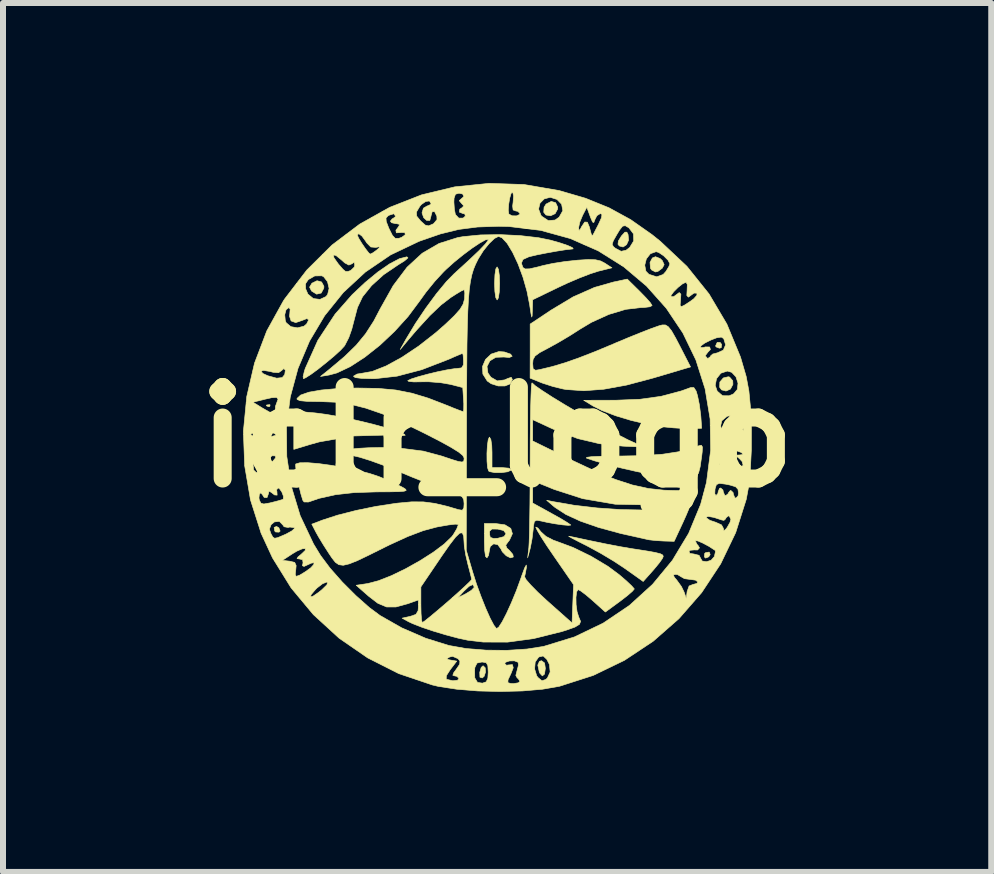
<source format=kicad_pcb>
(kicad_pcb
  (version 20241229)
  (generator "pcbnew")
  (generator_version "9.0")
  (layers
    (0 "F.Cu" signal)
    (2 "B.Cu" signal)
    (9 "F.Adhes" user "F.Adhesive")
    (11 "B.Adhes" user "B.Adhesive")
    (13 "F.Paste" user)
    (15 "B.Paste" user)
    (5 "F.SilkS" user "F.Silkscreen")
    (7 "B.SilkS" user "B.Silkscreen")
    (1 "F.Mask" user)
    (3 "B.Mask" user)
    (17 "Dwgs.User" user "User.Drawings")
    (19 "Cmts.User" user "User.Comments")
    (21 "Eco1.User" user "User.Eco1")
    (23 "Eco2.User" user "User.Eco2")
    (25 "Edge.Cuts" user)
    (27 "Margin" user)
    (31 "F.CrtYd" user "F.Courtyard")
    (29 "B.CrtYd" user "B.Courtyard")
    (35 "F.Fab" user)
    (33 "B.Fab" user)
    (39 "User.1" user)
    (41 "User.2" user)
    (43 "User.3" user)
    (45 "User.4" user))
  (footprint "iclr_logo"
    (layer "F.Cu")
    (at 5.232 4.233)
    (property "Reference" "iclr_logo" (at 0 0 0) (layer "F.SilkS") (effects (font (size 1.524 1.524) (thickness 0.3))))
    (attr through_hole)
    (fp_poly (pts (xy -3.782 -0.536) (xy -3.788 -0.511) (xy -3.81 -0.508) (xy -3.845 -0.523) (xy -3.838 -0.536) (xy -3.788 -0.541) (xy -3.782 -0.536)) (stroke (width 0.01) (type solid)) (fill yes) (layer "F.SilkS"))
    (fp_poly (pts (xy -3.636 1.511) (xy -3.615 1.565) (xy -3.634 1.583) (xy -3.691 1.58) (xy -3.705 1.564) (xy -3.715 1.504) (xy -3.674 1.488) (xy -3.636 1.511)) (stroke (width 0.01) (type solid)) (fill yes) (layer "F.SilkS"))
    (fp_poly (pts (xy 3.55 1.956) (xy 3.526 1.994) (xy 3.473 2.015) (xy 3.454 1.996) (xy 3.458 1.939) (xy 3.473 1.925) (xy 3.534 1.915) (xy 3.55 1.956)) (stroke (width 0.01) (type solid)) (fill yes) (layer "F.SilkS"))
    (fp_poly (pts (xy 3.716 -1.578) (xy 3.741 -1.545) (xy 3.734 -1.49) (xy 3.703 -1.482) (xy 3.647 -1.504) (xy 3.641 -1.522) (xy 3.667 -1.578) (xy 3.716 -1.578)) (stroke (width 0.01) (type solid)) (fill yes) (layer "F.SilkS"))
    (fp_poly (pts (xy -3.937 0.402) (xy -3.896 0.456) (xy -3.895 0.468) (xy -3.927 0.507) (xy -3.937 0.508) (xy -3.974 0.474) (xy -3.979 0.442) (xy -3.959 0.398) (xy -3.937 0.402)) (stroke (width 0.01) (type solid)) (fill yes) (layer "F.SilkS"))
    (fp_poly (pts (xy -0.198 3.843) (xy -0.193 3.915) (xy -0.216 3.985) (xy -0.247 4.012) (xy -0.286 3.999) (xy -0.289 3.919) (xy -0.265 3.837) (xy -0.233 3.809) (xy -0.198 3.843)) (stroke (width 0.01) (type solid)) (fill yes) (layer "F.SilkS"))
    (fp_poly (pts (xy 0.791 3.763) (xy 0.804 3.852) (xy 0.79 3.948) (xy 0.754 3.978) (xy 0.712 3.933) (xy 0.703 3.912) (xy 0.678 3.798) (xy 0.706 3.735) (xy 0.741 3.725) (xy 0.791 3.763)) (stroke (width 0.01) (type solid)) (fill yes) (layer "F.SilkS"))
    (fp_poly (pts (xy 0.975 -3.906) (xy 1.01 -3.831) (xy 1.008 -3.8) (xy 0.967 -3.723) (xy 0.891 -3.688) (xy 0.814 -3.701) (xy 0.777 -3.747) (xy 0.783 -3.831) (xy 0.816 -3.883) (xy 0.902 -3.927) (xy 0.975 -3.906)) (stroke (width 0.01) (type solid)) (fill yes) (layer "F.SilkS"))
    (fp_poly (pts (xy 3.873 -1.001) (xy 3.926 -0.94) (xy 3.929 -0.879) (xy 3.888 -0.801) (xy 3.814 -0.768) (xy 3.74 -0.787) (xy 3.708 -0.831) (xy 3.711 -0.918) (xy 3.769 -0.986) (xy 3.852 -1.006) (xy 3.873 -1.001)) (stroke (width 0.01) (type solid)) (fill yes) (layer "F.SilkS"))
    (fp_poly (pts (xy -2.924 -2.585) (xy -2.886 -2.514) (xy -2.887 -2.482) (xy -2.93 -2.401) (xy -3.007 -2.382) (xy -3.089 -2.433) (xy -3.091 -2.434) (xy -3.124 -2.499) (xy -3.088 -2.56) (xy -3.084 -2.565) (xy -3 -2.606) (xy -2.924 -2.585)) (stroke (width 0.01) (type solid)) (fill yes) (layer "F.SilkS"))
    (fp_poly (pts (xy 2.182 -3.376) (xy 2.191 -3.283) (xy 2.157 -3.207) (xy 2.099 -3.168) (xy 2.037 -3.185) (xy 2.014 -3.213) (xy 2.021 -3.269) (xy 2.071 -3.35) (xy 2.071 -3.351) (xy 2.13 -3.415) (xy 2.162 -3.415) (xy 2.182 -3.376)) (stroke (width 0.01) (type solid)) (fill yes) (layer "F.SilkS"))
    (fp_poly (pts (xy 2.715 -2.976) (xy 2.752 -2.942) (xy 2.783 -2.874) (xy 2.752 -2.815) (xy 2.679 -2.761) (xy 2.639 -2.752) (xy 2.573 -2.786) (xy 2.555 -2.815) (xy 2.548 -2.911) (xy 2.587 -2.985) (xy 2.639 -3.006) (xy 2.715 -2.976)) (stroke (width 0.01) (type solid)) (fill yes) (layer "F.SilkS"))
    (fp_poly (pts (xy 0.022 -2.797) (xy 0.037 -2.694) (xy 0.042 -2.561) (xy 0.036 -2.417) (xy 0.021 -2.319) (xy 0 -2.286) (xy -0.022 -2.325) (xy -0.037 -2.428) (xy -0.042 -2.561) (xy -0.036 -2.705) (xy -0.021 -2.803) (xy 0 -2.836) (xy 0.022 -2.797)) (stroke (width 0.01) (type solid)) (fill yes) (layer "F.SilkS"))
    (fp_poly (pts (xy -3.037 -0.404) (xy -2.839 -0.378) (xy -2.591 -0.333) (xy -2.321 -0.276) (xy -2.054 -0.211) (xy -1.815 -0.145) (xy -1.629 -0.083) (xy -1.603 -0.073) (xy -1.543 -0.047) (xy -1.531 -0.031) (xy -1.574 -0.025) (xy -1.683 -0.027) (xy -1.855 -0.034) (xy -2.41 -0.019) (xy -2.961 0.079) (xy -3.127 0.125) (xy -3.387 0.204) (xy -3.387 -0.434) (xy -3.037 -0.404)) (stroke (width 0.01) (type solid)) (fill yes) (layer "F.SilkS"))
    (fp_poly (pts (xy -0.104 0.039) (xy -0.089 0.139) (xy -0.085 0.254) (xy -0.085 0.508) (xy 0.087 0.508) (xy 0.194 0.517) (xy 0.235 0.541) (xy 0.233 0.55) (xy 0.177 0.577) (xy 0.075 0.591) (xy -0.038 0.591) (xy -0.123 0.575) (xy -0.141 0.564) (xy -0.159 0.508) (xy -0.168 0.401) (xy -0.169 0.27) (xy -0.162 0.142) (xy -0.148 0.043) (xy -0.129 0.000207) (xy -0.127 0) (xy -0.104 0.039)) (stroke (width 0.01) (type solid)) (fill yes) (layer "F.SilkS"))
    (fp_poly (pts (xy 3.316 -0.768) (xy 3.339 -0.691) (xy 3.37 -0.54) (xy 3.392 -0.371) (xy 3.395 -0.339) (xy 3.408 -0.148) (xy 3.239 -0.142) (xy 3.11 -0.144) (xy 2.935 -0.155) (xy 2.752 -0.173) (xy 2.752 -0.173) (xy 2.503 -0.214) (xy 2.235 -0.278) (xy 1.976 -0.356) (xy 1.75 -0.442) (xy 1.6 -0.518) (xy 1.443 -0.614) (xy 1.981 -0.615) (xy 2.382 -0.631) (xy 2.733 -0.68) (xy 3.064 -0.768) (xy 3.225 -0.826) (xy 3.278 -0.826) (xy 3.316 -0.768)) (stroke (width 0.01) (type solid)) (fill yes) (layer "F.SilkS"))
    (fp_poly (pts (xy 0.122 -1.419) (xy 0.225 -1.383) (xy 0.251 -1.347) (xy 0.204 -1.327) (xy 0.112 -1.335) (xy -0.023 -1.33) (xy -0.12 -1.271) (xy -0.168 -1.177) (xy -0.153 -1.069) (xy -0.103 -0.998) (xy 0.003 -0.937) (xy 0.127 -0.954) (xy 0.172 -0.975) (xy 0.236 -0.997) (xy 0.254 -0.961) (xy 0.254 -0.959) (xy 0.219 -0.888) (xy 0.132 -0.853) (xy 0.017 -0.853) (xy -0.099 -0.89) (xy -0.164 -0.935) (xy -0.237 -1.051) (xy -0.243 -1.177) (xy -0.193 -1.294) (xy -0.098 -1.384) (xy 0.03 -1.426) (xy 0.122 -1.419)) (stroke (width 0.01) (type solid)) (fill yes) (layer "F.SilkS"))
    (fp_poly (pts (xy 0.931 1.074) (xy 1.283 1.135) (xy 1.668 1.18) (xy 2.06 1.207) (xy 2.432 1.214) (xy 2.757 1.2) (xy 2.836 1.192) (xy 3 1.174) (xy 3.127 1.162) (xy 3.197 1.158) (xy 3.205 1.159) (xy 3.193 1.199) (xy 3.153 1.295) (xy 3.093 1.429) (xy 3.082 1.452) (xy 2.95 1.736) (xy 2.777 1.731) (xy 2.644 1.723) (xy 2.535 1.711) (xy 2.519 1.708) (xy 2.066 1.607) (xy 1.691 1.505) (xy 1.387 1.399) (xy 1.147 1.289) (xy 0.964 1.17) (xy 0.931 1.143) (xy 0.826 1.052) (xy 0.931 1.074)) (stroke (width 0.01) (type solid)) (fill yes) (layer "F.SilkS"))
    (fp_poly (pts (xy 1.239 1.659) (xy 1.349 1.682) (xy 1.502 1.715) (xy 1.589 1.733) (xy 1.806 1.778) (xy 2.034 1.822) (xy 2.232 1.856) (xy 2.265 1.861) (xy 2.484 1.895) (xy 2.632 1.921) (xy 2.72 1.943) (xy 2.761 1.965) (xy 2.768 1.99) (xy 2.752 2.024) (xy 2.752 2.025) (xy 2.7 2.098) (xy 2.615 2.201) (xy 2.572 2.25) (xy 2.434 2.405) (xy 2.139 2.195) (xy 1.949 2.069) (xy 1.727 1.936) (xy 1.521 1.824) (xy 1.51 1.818) (xy 1.364 1.744) (xy 1.254 1.687) (xy 1.197 1.655) (xy 1.193 1.651) (xy 1.239 1.659)) (stroke (width 0.01) (type solid)) (fill yes) (layer "F.SilkS"))
    (fp_poly (pts (xy 3.421 0.164) (xy 3.417 0.248) (xy 3.408 0.322) (xy 3.383 0.494) (xy 3.356 0.599) (xy 3.314 0.653) (xy 3.241 0.672) (xy 3.123 0.673) (xy 3.098 0.673) (xy 2.929 0.663) (xy 2.723 0.641) (xy 2.54 0.615) (xy 2.329 0.574) (xy 2.088 0.519) (xy 1.845 0.458) (xy 1.631 0.397) (xy 1.491 0.351) (xy 1.491 0.337) (xy 1.571 0.326) (xy 1.725 0.319) (xy 1.948 0.315) (xy 2.062 0.315) (xy 2.443 0.308) (xy 2.756 0.285) (xy 3.021 0.244) (xy 3.253 0.183) (xy 3.358 0.145) (xy 3.403 0.135) (xy 3.421 0.164)) (stroke (width 0.01) (type solid)) (fill yes) (layer "F.SilkS"))
    (fp_poly (pts (xy -2.972 0.441) (xy -2.761 0.47) (xy -2.536 0.509) (xy -2.315 0.556) (xy -2.114 0.609) (xy -1.957 0.662) (xy -1.797 0.729) (xy -1.655 0.795) (xy -1.562 0.843) (xy -1.522 0.87) (xy -1.515 0.889) (xy -1.55 0.901) (xy -1.639 0.908) (xy -1.791 0.911) (xy -2.007 0.912) (xy -2.381 0.924) (xy -2.694 0.959) (xy -2.966 1.02) (xy -3.143 1.081) (xy -3.216 1.08) (xy -3.237 1.052) (xy -3.269 0.946) (xy -3.302 0.809) (xy -3.331 0.666) (xy -3.351 0.542) (xy -3.357 0.462) (xy -3.354 0.447) (xy -3.286 0.427) (xy -3.153 0.426) (xy -2.972 0.441)) (stroke (width 0.01) (type solid)) (fill yes) (layer "F.SilkS"))
    (fp_poly (pts (xy -1.503 -3.004) (xy -1.485 -2.987) (xy -1.541 -2.938) (xy -1.651 -2.869) (xy -1.89 -2.707) (xy -2.091 -2.525) (xy -2.242 -2.338) (xy -2.326 -2.161) (xy -2.328 -2.154) (xy -2.371 -1.991) (xy -2.414 -1.827) (xy -2.421 -1.799) (xy -2.471 -1.658) (xy -2.536 -1.531) (xy -2.546 -1.516) (xy -2.608 -1.449) (xy -2.712 -1.354) (xy -2.841 -1.246) (xy -2.975 -1.139) (xy -3.097 -1.049) (xy -3.189 -0.99) (xy -3.226 -0.974) (xy -3.232 -1.009) (xy -3.211 -1.098) (xy -3.196 -1.145) (xy -2.986 -1.613) (xy -2.699 -2.049) (xy -2.413 -2.375) (xy -2.197 -2.578) (xy -1.986 -2.752) (xy -1.792 -2.886) (xy -1.627 -2.973) (xy -1.504 -3.004) (xy -1.503 -3.004)) (stroke (width 0.01) (type solid)) (fill yes) (layer "F.SilkS"))
    (fp_poly (pts (xy 0.131 1.461) (xy 0.228 1.521) (xy 0.255 1.609) (xy 0.206 1.717) (xy 0.187 1.74) (xy 0.144 1.8) (xy 0.163 1.849) (xy 0.206 1.888) (xy 0.262 1.954) (xy 0.27 1.997) (xy 0.222 2.011) (xy 0.152 1.976) (xy 0.087 1.91) (xy 0.064 1.863) (xy 0.011 1.791) (xy -0.058 1.778) (xy -0.114 1.822) (xy -0.127 1.881) (xy -0.143 1.971) (xy -0.169 2.011) (xy -0.193 1.987) (xy -0.207 1.886) (xy -0.212 1.738) (xy -0.212 1.609) (xy -0.127 1.609) (xy -0.114 1.67) (xy -0.058 1.689) (xy 0.011 1.685) (xy 0.116 1.657) (xy 0.148 1.609) (xy 0.109 1.556) (xy 0.011 1.532) (xy -0.085 1.531) (xy -0.122 1.564) (xy -0.127 1.609) (xy -0.212 1.609) (xy -0.212 1.439) (xy -0.03 1.439) (xy 0.131 1.461)) (stroke (width 0.01) (type solid)) (fill yes) (layer "F.SilkS"))
    (fp_poly (pts (xy 2.376 -2.429) (xy 2.479 -2.323) (xy 2.554 -2.238) (xy 2.582 -2.193) (xy 2.582 -2.192) (xy 2.545 -2.172) (xy 2.449 -2.16) (xy 2.396 -2.159) (xy 2.143 -2.129) (xy 1.86 -2.044) (xy 1.574 -1.914) (xy 1.385 -1.801) (xy 1.206 -1.687) (xy 1.012 -1.572) (xy 0.846 -1.481) (xy 0.709 -1.408) (xy 0.632 -1.351) (xy 0.599 -1.293) (xy 0.593 -1.226) (xy 0.6 -1.139) (xy 0.64 -1.114) (xy 0.709 -1.125) (xy 0.92 -1.176) (xy 1.131 -1.239) (xy 1.362 -1.32) (xy 1.632 -1.425) (xy 1.958 -1.561) (xy 1.968 -1.566) (xy 2.198 -1.662) (xy 2.406 -1.746) (xy 2.579 -1.813) (xy 2.701 -1.856) (xy 2.751 -1.869) (xy 2.804 -1.869) (xy 2.852 -1.84) (xy 2.906 -1.772) (xy 2.976 -1.649) (xy 3.04 -1.527) (xy 3.223 -1.17) (xy 2.596 -0.984) (xy 2.156 -0.867) (xy 1.776 -0.798) (xy 1.446 -0.773) (xy 1.156 -0.793) (xy 1.101 -0.802) (xy 0.932 -0.843) (xy 0.759 -0.899) (xy 0.73 -0.91) (xy 0.55 -0.983) (xy 0.551 -1.433) (xy 0.551 -1.884) (xy 0.893 -2.112) (xy 1.269 -2.338) (xy 1.624 -2.495) (xy 1.942 -2.585) (xy 2.169 -2.633) (xy 2.376 -2.429)) (stroke (width 0.01) (type solid)) (fill yes) (layer "F.SilkS"))
    (fp_poly (pts (xy 0.637 -0.855) (xy 0.754 -0.774) (xy 0.918 -0.668) (xy 1.118 -0.546) (xy 1.34 -0.415) (xy 1.571 -0.282) (xy 1.797 -0.156) (xy 2.006 -0.044) (xy 2.185 0.047) (xy 2.319 0.108) (xy 2.328 0.112) (xy 2.392 0.139) (xy 2.409 0.155) (xy 2.369 0.161) (xy 2.263 0.158) (xy 2.095 0.15) (xy 1.703 0.109) (xy 1.344 0.024) (xy 0.978 -0.114) (xy 0.9 -0.149) (xy 0.593 -0.291) (xy 0.593 -0.114) (xy 0.593 0.064) (xy 1.26 0.391) (xy 1.639 0.569) (xy 1.965 0.703) (xy 2.253 0.797) (xy 2.521 0.856) (xy 2.782 0.884) (xy 2.948 0.889) (xy 3.121 0.891) (xy 3.225 0.9) (xy 3.272 0.918) (xy 3.277 0.947) (xy 3.275 0.952) (xy 3.21 1.014) (xy 3.065 1.065) (xy 2.839 1.102) (xy 2.532 1.128) (xy 2.519 1.129) (xy 1.969 1.118) (xy 1.427 1.025) (xy 0.951 0.871) (xy 0.593 0.726) (xy 0.593 1.098) (xy 0.91 1.273) (xy 1.054 1.353) (xy 1.163 1.419) (xy 1.222 1.459) (xy 1.228 1.465) (xy 1.19 1.47) (xy 1.095 1.462) (xy 0.966 1.444) (xy 0.829 1.419) (xy 0.741 1.399) (xy 0.66 1.384) (xy 0.621 1.405) (xy 0.606 1.483) (xy 0.601 1.541) (xy 0.582 1.697) (xy 0.553 1.848) (xy 0.549 1.863) (xy 0.509 2.011) (xy 0.529 1.841) (xy 0.534 1.757) (xy 0.539 1.601) (xy 0.543 1.383) (xy 0.547 1.117) (xy 0.549 0.814) (xy 0.55 0.487) (xy 0.551 0.36) (xy 0.552 0.039) (xy 0.555 -0.25) (xy 0.559 -0.499) (xy 0.565 -0.696) (xy 0.571 -0.833) (xy 0.579 -0.9) (xy 0.583 -0.904) (xy 0.637 -0.855)) (stroke (width 0.01) (type solid)) (fill yes) (layer "F.SilkS"))
    (fp_poly (pts (xy 0.382 -3.358) (xy 0.688 -3.323) (xy 0.889 -3.282) (xy 1.053 -3.235) (xy 1.179 -3.192) (xy 1.255 -3.157) (xy 1.268 -3.137) (xy 1.249 -3.134) (xy 1.147 -3.123) (xy 0.994 -3.099) (xy 0.822 -3.068) (xy 0.66 -3.036) (xy 0.542 -3.008) (xy 0.523 -3.002) (xy 0.431 -2.96) (xy 0.407 -2.903) (xy 0.412 -2.877) (xy 0.431 -2.825) (xy 0.469 -2.802) (xy 0.541 -2.804) (xy 0.668 -2.833) (xy 0.762 -2.858) (xy 0.923 -2.893) (xy 1.126 -2.925) (xy 1.329 -2.947) (xy 1.337 -2.948) (xy 1.519 -2.959) (xy 1.64 -2.955) (xy 1.726 -2.935) (xy 1.796 -2.898) (xy 1.913 -2.821) (xy 1.687 -2.765) (xy 1.553 -2.722) (xy 1.371 -2.652) (xy 1.168 -2.565) (xy 1.027 -2.499) (xy 0.593 -2.289) (xy 0.587 -2.108) (xy 0.584 -2.021) (xy 0.577 -2.001) (xy 0.565 -2.055) (xy 0.545 -2.186) (xy 0.544 -2.197) (xy 0.498 -2.43) (xy 0.431 -2.665) (xy 0.349 -2.886) (xy 0.259 -3.078) (xy 0.168 -3.228) (xy 0.082 -3.321) (xy 0.023 -3.344) (xy -0.043 -3.311) (xy -0.133 -3.225) (xy -0.229 -3.106) (xy -0.311 -2.975) (xy -0.319 -2.96) (xy -0.359 -2.879) (xy -0.393 -2.796) (xy -0.421 -2.704) (xy -0.444 -2.595) (xy -0.463 -2.463) (xy -0.477 -2.298) (xy -0.488 -2.095) (xy -0.496 -1.844) (xy -0.502 -1.539) (xy -0.505 -1.171) (xy -0.508 -0.734) (xy -0.509 -0.242) (xy -0.514 1.884) (xy -0.408 2.244) (xy -0.344 2.446) (xy -0.268 2.654) (xy -0.19 2.85) (xy -0.116 3.016) (xy -0.053 3.135) (xy -0.01 3.19) (xy 0.026 3.167) (xy 0.084 3.078) (xy 0.157 2.937) (xy 0.238 2.759) (xy 0.321 2.558) (xy 0.398 2.347) (xy 0.411 2.309) (xy 0.459 2.179) (xy 0.486 2.131) (xy 0.49 2.164) (xy 0.469 2.277) (xy 0.458 2.326) (xy 0.483 2.374) (xy 0.561 2.464) (xy 0.679 2.584) (xy 0.828 2.722) (xy 0.847 2.739) (xy 1.249 3.096) (xy 1.274 2.457) (xy 0.95 1.988) (xy 0.832 1.815) (xy 0.737 1.668) (xy 0.672 1.559) (xy 0.645 1.504) (xy 0.646 1.499) (xy 0.68 1.515) (xy 0.731 1.578) (xy 0.813 1.653) (xy 0.939 1.718) (xy 0.98 1.732) (xy 1.265 1.838) (xy 1.565 1.984) (xy 1.846 2.152) (xy 2.032 2.29) (xy 2.152 2.393) (xy 2.241 2.477) (xy 2.284 2.526) (xy 2.285 2.531) (xy 2.253 2.569) (xy 2.17 2.641) (xy 2.052 2.732) (xy 2.044 2.738) (xy 1.804 2.914) (xy 1.596 2.727) (xy 1.484 2.631) (xy 1.395 2.564) (xy 1.35 2.54) (xy 1.325 2.577) (xy 1.314 2.669) (xy 1.316 2.789) (xy 1.332 2.907) (xy 1.36 2.997) (xy 1.365 3.008) (xy 1.391 3.07) (xy 1.372 3.119) (xy 1.296 3.165) (xy 1.153 3.216) (xy 1.079 3.239) (xy 0.606 3.357) (xy 0.175 3.415) (xy -0.232 3.414) (xy -0.491 3.383) (xy -0.653 3.348) (xy -0.851 3.295) (xy -1.061 3.232) (xy -1.257 3.166) (xy -1.412 3.105) (xy -1.479 3.073) (xy -1.582 3.016) (xy -1.447 2.986) (xy -1.352 2.953) (xy -1.316 2.891) (xy -1.312 2.835) (xy -1.312 2.713) (xy -1.487 2.775) (xy -1.684 2.829) (xy -1.842 2.829) (xy -1.987 2.768) (xy -2.138 2.652) (xy -2.317 2.495) (xy -1.27 2.495) (xy -1.27 2.793) (xy -1.267 2.939) (xy -1.259 3.045) (xy -1.247 3.09) (xy -1.246 3.09) (xy -1.207 3.064) (xy -1.117 2.992) (xy -0.99 2.886) (xy -0.838 2.756) (xy -0.823 2.743) (xy -0.749 2.678) (xy -0.656 2.678) (xy -0.519 2.608) (xy -0.428 2.552) (xy -0.382 2.503) (xy -0.381 2.497) (xy -0.404 2.457) (xy -0.467 2.485) (xy -0.554 2.567) (xy -0.656 2.678) (xy -0.749 2.678) (xy -0.671 2.609) (xy -0.546 2.495) (xy -0.46 2.413) (xy -0.424 2.373) (xy -0.424 2.372) (xy -0.434 2.322) (xy -0.461 2.216) (xy -0.487 2.117) (xy -0.523 1.962) (xy -0.546 1.819) (xy -0.55 1.757) (xy -0.557 1.649) (xy -0.58 1.595) (xy -0.623 1.599) (xy -0.692 1.665) (xy -0.793 1.796) (xy -0.932 1.995) (xy -0.943 2.012) (xy -1.27 2.495) (xy -2.317 2.495) (xy -2.347 2.468) (xy -2.153 2.439) (xy -1.975 2.392) (xy -1.759 2.307) (xy -1.522 2.192) (xy -1.285 2.059) (xy -1.065 1.919) (xy -0.882 1.782) (xy -0.755 1.659) (xy -0.731 1.628) (xy -0.673 1.53) (xy -0.648 1.465) (xy -0.65 1.453) (xy -0.699 1.45) (xy -0.809 1.463) (xy -0.96 1.489) (xy -1.003 1.497) (xy -1.228 1.557) (xy -1.487 1.655) (xy -1.795 1.796) (xy -1.884 1.84) (xy -2.137 1.966) (xy -2.327 2.057) (xy -2.465 2.112) (xy -2.564 2.135) (xy -2.637 2.125) (xy -2.695 2.085) (xy -2.75 2.015) (xy -2.801 1.939) (xy -2.893 1.796) (xy -2.976 1.659) (xy -3.019 1.582) (xy -3.087 1.45) (xy -2.909 1.382) (xy -2.657 1.3) (xy -2.351 1.222) (xy -2.02 1.154) (xy -1.693 1.104) (xy -1.651 1.099) (xy -1.422 1.078) (xy -1.228 1.079) (xy -1.037 1.104) (xy -0.819 1.156) (xy -0.646 1.208) (xy -0.579 1.218) (xy -0.554 1.178) (xy -0.55 1.109) (xy -0.556 1.04) (xy -0.584 0.992) (xy -0.653 0.952) (xy -0.779 0.906) (xy -0.836 0.887) (xy -0.985 0.834) (xy -1.187 0.757) (xy -1.415 0.666) (xy -1.646 0.57) (xy -1.672 0.559) (xy -1.897 0.468) (xy -2.109 0.391) (xy -2.288 0.335) (xy -2.414 0.306) (xy -2.424 0.305) (xy -2.565 0.286) (xy -2.63 0.265) (xy -2.629 0.243) (xy -2.57 0.222) (xy -2.464 0.203) (xy -2.318 0.187) (xy -2.142 0.177) (xy -1.945 0.173) (xy -1.736 0.176) (xy -1.635 0.181) (xy -1.229 0.233) (xy -0.931 0.313) (xy -0.755 0.372) (xy -0.644 0.406) (xy -0.582 0.415) (xy -0.556 0.4) (xy -0.55 0.364) (xy -0.55 0.346) (xy -0.572 0.305) (xy -0.64 0.249) (xy -0.764 0.172) (xy -0.949 0.07) (xy -1.204 -0.061) (xy -1.238 -0.078) (xy -1.603 -0.255) (xy -1.915 -0.389) (xy -2.19 -0.484) (xy -2.444 -0.547) (xy -2.695 -0.582) (xy -2.958 -0.593) (xy -2.974 -0.593) (xy -3.165 -0.596) (xy -3.282 -0.607) (xy -3.332 -0.628) (xy -3.334 -0.644) (xy -3.273 -0.701) (xy -3.135 -0.749) (xy -2.929 -0.785) (xy -2.663 -0.809) (xy -2.345 -0.818) (xy -2.328 -0.818) (xy -1.981 -0.812) (xy -1.688 -0.785) (xy -1.419 -0.732) (xy -1.146 -0.649) (xy -0.876 -0.545) (xy -0.733 -0.487) (xy -0.622 -0.444) (xy -0.566 -0.424) (xy -0.563 -0.423) (xy -0.556 -0.461) (xy -0.555 -0.558) (xy -0.559 -0.624) (xy -0.572 -0.826) (xy -0.783 -0.88) (xy -0.949 -0.908) (xy -1.144 -0.923) (xy -1.257 -0.922) (xy -1.388 -0.92) (xy -1.471 -0.928) (xy -1.489 -0.941) (xy -1.43 -0.969) (xy -1.312 -1.007) (xy -1.157 -1.049) (xy -0.991 -1.089) (xy -0.835 -1.121) (xy -0.714 -1.14) (xy -0.673 -1.143) (xy -0.591 -1.154) (xy -0.561 -1.205) (xy -0.56 -1.27) (xy -0.565 -1.359) (xy -0.573 -1.397) (xy -0.573 -1.397) (xy -0.613 -1.381) (xy -0.708 -1.341) (xy -0.81 -1.296) (xy -1.255 -1.124) (xy -1.666 -1.016) (xy -2.035 -0.974) (xy -2.079 -0.974) (xy -2.257 -0.979) (xy -2.364 -0.992) (xy -2.393 -1.015) (xy -2.392 -1.016) (xy -2.333 -1.051) (xy -2.273 -1.06) (xy -2.082 -1.094) (xy -1.849 -1.186) (xy -1.586 -1.33) (xy -1.305 -1.518) (xy -1.018 -1.743) (xy -0.862 -1.88) (xy -0.713 -2.022) (xy -0.618 -2.129) (xy -0.566 -2.216) (xy -0.543 -2.3) (xy -0.542 -2.306) (xy -0.538 -2.404) (xy -0.548 -2.454) (xy -0.552 -2.455) (xy -0.599 -2.434) (xy -0.692 -2.378) (xy -0.77 -2.328) (xy -0.934 -2.202) (xy -1.12 -2.025) (xy -1.337 -1.788) (xy -1.474 -1.628) (xy -1.614 -1.46) (xy -1.519 -1.63) (xy -1.362 -1.891) (xy -1.187 -2.151) (xy -1.009 -2.392) (xy -0.843 -2.593) (xy -0.715 -2.723) (xy -0.475 -2.942) (xy -0.3 -3.108) (xy -0.191 -3.223) (xy -0.147 -3.284) (xy -0.147 -3.294) (xy -0.195 -3.286) (xy -0.29 -3.233) (xy -0.419 -3.147) (xy -0.565 -3.038) (xy -0.713 -2.918) (xy -0.848 -2.797) (xy -0.891 -2.755) (xy -1.037 -2.597) (xy -1.184 -2.416) (xy -1.293 -2.265) (xy -1.483 -2.01) (xy -1.708 -1.762) (xy -1.952 -1.532) (xy -2.203 -1.333) (xy -2.446 -1.175) (xy -2.668 -1.07) (xy -2.794 -1.036) (xy -2.942 -1.011) (xy -2.794 -1.13) (xy -2.542 -1.342) (xy -2.346 -1.533) (xy -2.19 -1.723) (xy -2.055 -1.933) (xy -1.947 -2.139) (xy -1.731 -2.524) (xy -1.5 -2.831) (xy -1.248 -3.063) (xy -0.968 -3.226) (xy -0.656 -3.325) (xy -0.563 -3.341) (xy -0.275 -3.369) (xy 0.051 -3.374) (xy 0.382 -3.358)) (stroke (width 0.01) (type solid)) (fill yes) (layer "F.SilkS"))
    (fp_poly (pts (xy 0.448 -4.209) (xy 1.035 -4.108) (xy 1.473 -3.98) (xy 1.865 -3.821) (xy 2.225 -3.624) (xy 2.581 -3.374) (xy 2.719 -3.263) (xy 3.162 -2.846) (xy 3.531 -2.386) (xy 3.828 -1.884) (xy 4.055 -1.335) (xy 4.15 -1.01) (xy 4.195 -0.769) (xy 4.224 -0.468) (xy 4.237 -0.133) (xy 4.236 0.214) (xy 4.219 0.548) (xy 4.187 0.844) (xy 4.151 1.037) (xy 3.975 1.591) (xy 3.725 2.111) (xy 3.408 2.591) (xy 3.031 3.023) (xy 2.6 3.401) (xy 2.121 3.719) (xy 1.602 3.97) (xy 1.048 4.148) (xy 1.037 4.151) (xy 0.757 4.2) (xy 0.42 4.229) (xy 0.052 4.238) (xy -0.32 4.229) (xy -0.672 4.2) (xy -0.978 4.153) (xy -1.079 4.129) (xy -1.38 4.027) (xy -0.848 4.027) (xy -0.836 4.036) (xy -0.738 4.059) (xy -0.661 4.051) (xy -0.635 4.022) (xy -0.669 3.985) (xy -0.702 3.979) (xy -0.738 3.968) (xy -0.722 3.924) (xy -0.679 3.866) (xy -0.374 3.866) (xy -0.372 4.011) (xy -0.326 4.087) (xy -0.244 4.099) (xy -0.181 4.077) (xy -0.154 4.017) (xy -0.148 3.916) (xy -0.154 3.807) (xy -0.173 3.772) (xy 0.127 3.772) (xy 0.157 3.801) (xy 0.186 3.796) (xy 0.256 3.79) (xy 0.269 3.843) (xy 0.231 3.94) (xy 0.182 4.043) (xy 0.18 4.091) (xy 0.23 4.105) (xy 0.275 4.106) (xy 0.355 4.093) (xy 0.381 4.068) (xy 0.348 4.019) (xy 0.336 4.014) (xy 0.312 3.97) (xy 0.333 3.888) (xy 0.34 3.862) (xy 0.625 3.862) (xy 0.66 3.976) (xy 0.68 4.004) (xy 0.747 4.059) (xy 0.812 4.037) (xy 0.838 4.013) (xy 0.884 3.913) (xy 0.872 3.788) (xy 0.828 3.702) (xy 0.768 3.646) (xy 0.702 3.661) (xy 0.69 3.668) (xy 0.635 3.747) (xy 0.625 3.862) (xy 0.34 3.862) (xy 0.356 3.799) (xy 0.35 3.751) (xy 0.288 3.727) (xy 0.205 3.729) (xy 0.14 3.751) (xy 0.127 3.772) (xy -0.173 3.772) (xy -0.181 3.758) (xy -0.245 3.747) (xy -0.254 3.747) (xy -0.334 3.764) (xy -0.369 3.834) (xy -0.374 3.866) (xy -0.679 3.866) (xy -0.679 3.866) (xy -0.623 3.783) (xy -0.62 3.73) (xy -0.651 3.691) (xy -0.741 3.652) (xy -0.79 3.663) (xy -0.839 3.691) (xy -0.811 3.707) (xy -0.77 3.715) (xy -0.672 3.732) (xy -0.78 3.873) (xy -0.845 3.974) (xy -0.848 4.027) (xy -1.38 4.027) (xy -1.636 3.941) (xy -2.156 3.678) (xy -2.633 3.349) (xy -3.061 2.957) (xy -3.307 2.662) (xy -3.109 2.662) (xy -3.065 2.649) (xy -2.975 2.587) (xy -2.919 2.542) (xy -2.836 2.461) (xy -2.823 2.419) (xy -2.839 2.415) (xy -2.908 2.442) (xy -3 2.513) (xy -3.027 2.54) (xy -3.099 2.625) (xy -3.109 2.662) (xy -3.307 2.662) (xy -3.433 2.51) (xy -3.716 2.053) (xy -3.577 2.053) (xy -3.456 2.067) (xy -3.372 2.087) (xy -3.348 2.14) (xy -3.354 2.205) (xy -3.363 2.29) (xy -3.347 2.32) (xy -3.288 2.299) (xy -3.191 2.24) (xy -3.103 2.176) (xy -3.054 2.122) (xy -3.05 2.091) (xy -3.098 2.1) (xy -3.13 2.115) (xy -3.216 2.154) (xy -3.244 2.142) (xy -3.233 2.095) (xy -3.24 2.042) (xy -3.287 2.031) (xy -3.333 2.024) (xy -3.316 1.995) (xy -3.264 1.952) (xy -3.197 1.888) (xy -3.195 1.857) (xy -3.245 1.86) (xy -3.336 1.899) (xy -3.408 1.942) (xy -3.577 2.053) (xy -3.716 2.053) (xy -3.741 2.013) (xy -3.933 1.598) (xy -3.953 1.533) (xy -3.794 1.533) (xy -3.769 1.606) (xy -3.738 1.663) (xy -3.707 1.685) (xy -3.653 1.674) (xy -3.55 1.63) (xy -3.514 1.614) (xy -3.419 1.562) (xy -3.375 1.521) (xy -3.379 1.508) (xy -3.453 1.498) (xy -3.483 1.505) (xy -3.549 1.493) (xy -3.57 1.463) (xy -3.627 1.404) (xy -3.709 1.412) (xy -3.765 1.458) (xy -3.794 1.533) (xy -3.953 1.533) (xy -4.109 1.045) (xy -4.114 1.013) (xy -3.968 1.013) (xy -3.961 1.05) (xy -3.935 1.1) (xy -3.887 1.114) (xy -3.789 1.097) (xy -3.756 1.089) (xy -3.644 1.06) (xy -3.573 1.039) (xy -3.563 1.034) (xy -3.559 0.986) (xy -3.587 0.913) (xy -3.628 0.856) (xy -3.648 0.847) (xy -3.674 0.878) (xy -3.668 0.91) (xy -3.665 0.966) (xy -3.708 0.963) (xy -3.759 0.923) (xy -3.8 0.898) (xy -3.81 0.944) (xy -3.833 1.007) (xy -3.88 1.005) (xy -3.907 0.963) (xy -3.936 0.927) (xy -3.961 0.951) (xy -3.968 1.013) (xy -4.114 1.013) (xy -4.206 0.475) (xy -4.206 0.47) (xy -4.064 0.47) (xy -4.055 0.549) (xy -4.017 0.586) (xy -3.931 0.586) (xy -3.815 0.566) (xy -3.724 0.538) (xy -3.683 0.506) (xy -3.683 0.504) (xy -3.714 0.485) (xy -3.747 0.493) (xy -3.802 0.499) (xy -3.8 0.463) (xy -3.741 0.404) (xy -3.736 0.4) (xy -3.69 0.345) (xy -3.694 0.313) (xy -3.747 0.31) (xy -3.776 0.33) (xy -3.843 0.355) (xy -3.876 0.337) (xy -3.957 0.31) (xy -4.027 0.351) (xy -4.063 0.446) (xy -4.064 0.47) (xy -4.206 0.47) (xy -4.225 -0.042) (xy -4.106 -0.042) (xy -4.068 -0.018) (xy -3.971 -0.003) (xy -3.895 0) (xy -3.774 -0.008) (xy -3.697 -0.027) (xy -3.683 -0.042) (xy -3.721 -0.066) (xy -3.818 -0.082) (xy -3.895 -0.085) (xy -4.015 -0.077) (xy -4.092 -0.058) (xy -4.106 -0.042) (xy -4.225 -0.042) (xy -4.227 -0.102) (xy -4.219 -0.177) (xy -3.509 -0.177) (xy -3.504 0.321) (xy -3.429 0.819) (xy -3.281 1.308) (xy -3.058 1.78) (xy -2.941 1.972) (xy -2.783 2.183) (xy -2.579 2.414) (xy -2.353 2.64) (xy -2.128 2.84) (xy -1.947 2.974) (xy -1.588 3.178) (xy -1.189 3.351) (xy -0.804 3.471) (xy -0.518 3.522) (xy -0.184 3.549) (xy 0.167 3.552) (xy 0.5 3.53) (xy 0.774 3.487) (xy 1.288 3.329) (xy 1.767 3.099) (xy 2.203 2.805) (xy 2.59 2.453) (xy 2.72 2.296) (xy 2.936 2.296) (xy 2.954 2.336) (xy 2.993 2.381) (xy 3.071 2.489) (xy 3.116 2.582) (xy 3.152 2.688) (xy 3.166 2.572) (xy 3.199 2.48) (xy 3.262 2.455) (xy 3.33 2.437) (xy 3.344 2.413) (xy 3.308 2.383) (xy 3.22 2.371) (xy 3.122 2.358) (xy 3.069 2.328) (xy 3.008 2.291) (xy 2.975 2.286) (xy 2.936 2.296) (xy 2.72 2.296) (xy 2.922 2.051) (xy 3.011 1.902) (xy 3.198 1.902) (xy 3.21 1.937) (xy 3.278 1.947) (xy 3.365 1.969) (xy 3.387 2.011) (xy 3.417 2.064) (xy 3.488 2.076) (xy 3.566 2.051) (xy 3.618 1.992) (xy 3.621 1.986) (xy 3.637 1.912) (xy 3.634 1.888) (xy 3.532 1.821) (xy 3.427 1.765) (xy 3.343 1.729) (xy 3.303 1.727) (xy 3.302 1.73) (xy 3.333 1.79) (xy 3.345 1.8) (xy 3.372 1.845) (xy 3.34 1.88) (xy 3.284 1.879) (xy 3.216 1.885) (xy 3.198 1.902) (xy 3.011 1.902) (xy 3.191 1.604) (xy 3.303 1.333) (xy 3.483 1.333) (xy 3.487 1.345) (xy 3.545 1.386) (xy 3.641 1.418) (xy 3.739 1.462) (xy 3.769 1.517) (xy 3.777 1.56) (xy 3.808 1.536) (xy 3.833 1.505) (xy 3.881 1.419) (xy 3.895 1.368) (xy 3.869 1.317) (xy 3.852 1.312) (xy 3.812 1.345) (xy 3.81 1.359) (xy 3.779 1.387) (xy 3.743 1.38) (xy 3.611 1.337) (xy 3.519 1.321) (xy 3.483 1.333) (xy 3.303 1.333) (xy 3.391 1.12) (xy 3.438 0.945) (xy 3.627 0.945) (xy 3.647 0.974) (xy 3.679 0.939) (xy 3.683 0.91) (xy 3.706 0.854) (xy 3.725 0.847) (xy 3.763 0.881) (xy 3.768 0.91) (xy 3.791 0.967) (xy 3.81 0.974) (xy 3.851 0.941) (xy 3.852 0.931) (xy 3.885 0.89) (xy 3.895 0.889) (xy 3.932 0.923) (xy 3.937 0.953) (xy 3.96 1.009) (xy 3.979 1.016) (xy 4.014 0.981) (xy 4.022 0.934) (xy 4.013 0.868) (xy 3.974 0.827) (xy 3.883 0.799) (xy 3.805 0.783) (xy 3.703 0.77) (xy 3.654 0.791) (xy 3.632 0.86) (xy 3.631 0.864) (xy 3.627 0.945) (xy 3.438 0.945) (xy 3.489 0.753) (xy 3.529 0.442) (xy 3.7 0.442) (xy 3.702 0.456) (xy 3.747 0.443) (xy 3.875 0.403) (xy 3.951 0.396) (xy 4.001 0.422) (xy 4.023 0.446) (xy 4.077 0.488) (xy 4.099 0.468) (xy 4.082 0.406) (xy 4.037 0.358) (xy 3.983 0.313) (xy 4 0.299) (xy 4.043 0.297) (xy 4.098 0.289) (xy 4.076 0.262) (xy 4.064 0.254) (xy 3.983 0.225) (xy 3.879 0.214) (xy 3.783 0.22) (xy 3.729 0.244) (xy 3.725 0.254) (xy 3.76 0.291) (xy 3.794 0.296) (xy 3.827 0.308) (xy 3.797 0.352) (xy 3.762 0.385) (xy 3.7 0.442) (xy 3.529 0.442) (xy 3.558 0.219) (xy 3.551 -0.191) (xy 3.725 -0.191) (xy 3.742 -0.105) (xy 3.779 -0.091) (xy 3.812 -0.152) (xy 3.818 -0.18) (xy 3.861 -0.264) (xy 3.938 -0.289) (xy 4.019 -0.253) (xy 4.056 -0.203) (xy 4.105 -0.106) (xy 4.095 -0.207) (xy 4.052 -0.321) (xy 3.96 -0.371) (xy 3.835 -0.348) (xy 3.834 -0.348) (xy 3.745 -0.274) (xy 3.725 -0.191) (xy 3.551 -0.191) (xy 3.549 -0.303) (xy 3.465 -0.806) (xy 3.447 -0.862) (xy 3.634 -0.862) (xy 3.667 -0.767) (xy 3.756 -0.69) (xy 3.866 -0.689) (xy 3.94 -0.721) (xy 4.003 -0.795) (xy 4.014 -0.899) (xy 3.98 -1.004) (xy 3.909 -1.08) (xy 3.836 -1.101) (xy 3.728 -1.065) (xy 3.656 -0.975) (xy 3.634 -0.862) (xy 3.447 -0.862) (xy 3.312 -1.286) (xy 3.212 -1.493) (xy 3.387 -1.493) (xy 3.435 -1.493) (xy 3.471 -1.503) (xy 3.541 -1.502) (xy 3.554 -1.46) (xy 3.514 -1.418) (xy 3.473 -1.364) (xy 3.471 -1.352) (xy 3.504 -1.313) (xy 3.514 -1.312) (xy 3.555 -1.342) (xy 3.556 -1.352) (xy 3.593 -1.385) (xy 3.672 -1.405) (xy 3.769 -1.449) (xy 3.807 -1.538) (xy 3.776 -1.641) (xy 3.736 -1.667) (xy 3.66 -1.656) (xy 3.564 -1.619) (xy 3.461 -1.568) (xy 3.398 -1.522) (xy 3.387 -1.493) (xy 3.212 -1.493) (xy 3.095 -1.735) (xy 2.819 -2.147) (xy 2.647 -2.34) (xy 2.896 -2.34) (xy 2.943 -2.341) (xy 2.973 -2.363) (xy 3.035 -2.409) (xy 3.062 -2.382) (xy 3.056 -2.282) (xy 3.049 -2.194) (xy 3.069 -2.174) (xy 3.117 -2.196) (xy 3.217 -2.261) (xy 3.278 -2.306) (xy 3.329 -2.364) (xy 3.33 -2.399) (xy 3.28 -2.4) (xy 3.25 -2.378) (xy 3.187 -2.332) (xy 3.161 -2.36) (xy 3.166 -2.455) (xy 3.169 -2.543) (xy 3.149 -2.581) (xy 3.148 -2.581) (xy 3.091 -2.555) (xy 3.014 -2.494) (xy 2.942 -2.422) (xy 2.898 -2.362) (xy 2.896 -2.34) (xy 2.647 -2.34) (xy 2.489 -2.517) (xy 2.109 -2.838) (xy 2.066 -2.865) (xy 2.46 -2.865) (xy 2.479 -2.765) (xy 2.529 -2.713) (xy 2.66 -2.671) (xy 2.767 -2.71) (xy 2.813 -2.761) (xy 2.862 -2.842) (xy 2.879 -2.888) (xy 2.847 -2.949) (xy 2.774 -3.022) (xy 2.692 -3.077) (xy 2.649 -3.09) (xy 2.554 -3.056) (xy 2.487 -2.971) (xy 2.46 -2.865) (xy 2.066 -2.865) (xy 1.685 -3.104) (xy 1.439 -3.212) (xy 1.917 -3.212) (xy 1.938 -3.173) (xy 1.97 -3.147) (xy 2.067 -3.096) (xy 2.149 -3.114) (xy 2.209 -3.16) (xy 2.276 -3.269) (xy 2.272 -3.387) (xy 2.197 -3.486) (xy 2.193 -3.489) (xy 2.135 -3.523) (xy 2.091 -3.515) (xy 2.041 -3.452) (xy 1.997 -3.379) (xy 1.936 -3.272) (xy 1.917 -3.212) (xy 1.439 -3.212) (xy 1.222 -3.308) (xy 0.725 -3.445) (xy 0.354 -3.49) (xy 1.358 -3.49) (xy 1.358 -3.484) (xy 1.365 -3.441) (xy 1.39 -3.47) (xy 1.406 -3.503) (xy 1.46 -3.584) (xy 1.504 -3.581) (xy 1.54 -3.495) (xy 1.546 -3.468) (xy 1.569 -3.383) (xy 1.586 -3.351) (xy 1.586 -3.352) (xy 1.611 -3.394) (xy 1.659 -3.487) (xy 1.689 -3.545) (xy 1.74 -3.657) (xy 1.747 -3.712) (xy 1.72 -3.725) (xy 1.663 -3.69) (xy 1.632 -3.63) (xy 1.611 -3.575) (xy 1.59 -3.584) (xy 1.556 -3.664) (xy 1.549 -3.683) (xy 1.495 -3.831) (xy 1.425 -3.696) (xy 1.378 -3.583) (xy 1.358 -3.49) (xy 0.354 -3.49) (xy 0.198 -3.509) (xy 0.025 -3.513) (xy -0.326 -3.501) (xy -0.637 -3.461) (xy -0.943 -3.386) (xy -1.282 -3.269) (xy -1.305 -3.26) (xy -1.775 -3.036) (xy -2.195 -2.75) (xy -2.562 -2.41) (xy -2.873 -2.024) (xy -3.125 -1.6) (xy -3.317 -1.145) (xy -3.446 -0.669) (xy -3.509 -0.177) (xy -4.219 -0.177) (xy -4.18 -0.582) (xy -4.068 -0.582) (xy -3.907 -0.483) (xy -3.777 -0.409) (xy -3.706 -0.386) (xy -3.689 -0.412) (xy -3.695 -0.434) (xy -3.693 -0.513) (xy -3.674 -0.565) (xy -3.649 -0.633) (xy -3.673 -0.662) (xy -3.756 -0.657) (xy -3.871 -0.631) (xy -4.068 -0.582) (xy -4.18 -0.582) (xy -4.171 -0.675) (xy -4.073 -1.098) (xy -3.934 -1.098) (xy -3.902 -1.06) (xy -3.821 -1.023) (xy -3.672 -0.982) (xy -3.58 -0.992) (xy -3.538 -1.043) (xy -3.528 -1.116) (xy -3.553 -1.142) (xy -3.595 -1.106) (xy -3.641 -1.074) (xy -3.73 -1.08) (xy -3.783 -1.094) (xy -3.893 -1.112) (xy -3.934 -1.098) (xy -4.073 -1.098) (xy -4.041 -1.234) (xy -3.837 -1.77) (xy -3.688 -2.04) (xy -3.538 -2.04) (xy -3.529 -1.943) (xy -3.515 -1.907) (xy -3.437 -1.841) (xy -3.326 -1.821) (xy -3.217 -1.849) (xy -3.174 -1.885) (xy -3.139 -1.953) (xy -3.168 -1.976) (xy -3.247 -1.945) (xy -3.25 -1.944) (xy -3.355 -1.908) (xy -3.432 -1.936) (xy -3.459 -2.015) (xy -3.454 -2.054) (xy -3.448 -2.131) (xy -3.468 -2.159) (xy -3.516 -2.123) (xy -3.538 -2.04) (xy -3.688 -2.04) (xy -3.56 -2.271) (xy -3.538 -2.304) (xy -3.345 -2.556) (xy -3.192 -2.556) (xy -3.19 -2.472) (xy -3.152 -2.383) (xy -3.062 -2.309) (xy -2.951 -2.295) (xy -2.852 -2.341) (xy -2.824 -2.375) (xy -2.799 -2.477) (xy -2.825 -2.589) (xy -2.889 -2.672) (xy -2.92 -2.688) (xy -3.038 -2.686) (xy -3.145 -2.625) (xy -3.192 -2.556) (xy -3.345 -2.556) (xy -3.17 -2.784) (xy -2.916 -3.036) (xy -2.728 -3.036) (xy -2.718 -2.988) (xy -2.647 -2.888) (xy -2.644 -2.884) (xy -2.569 -2.797) (xy -2.525 -2.76) (xy -2.484 -2.76) (xy -2.438 -2.777) (xy -2.379 -2.834) (xy -2.371 -2.87) (xy -2.382 -2.914) (xy -2.421 -2.887) (xy -2.47 -2.867) (xy -2.538 -2.903) (xy -2.59 -2.95) (xy -2.684 -3.026) (xy -2.728 -3.036) (xy -2.916 -3.036) (xy -2.751 -3.2) (xy -2.533 -3.365) (xy -2.328 -3.365) (xy -2.307 -3.315) (xy -2.255 -3.23) (xy -2.192 -3.138) (xy -2.138 -3.069) (xy -2.114 -3.049) (xy -2.067 -3.072) (xy -2.008 -3.115) (xy -1.953 -3.163) (xy -1.968 -3.171) (xy -2.021 -3.161) (xy -2.104 -3.168) (xy -2.174 -3.239) (xy -2.189 -3.264) (xy -2.251 -3.349) (xy -2.303 -3.389) (xy -2.328 -3.372) (xy -2.328 -3.365) (xy -2.533 -3.365) (xy -2.289 -3.549) (xy -2.108 -3.65) (xy -1.851 -3.65) (xy -1.847 -3.592) (xy -1.806 -3.486) (xy -1.801 -3.475) (xy -1.744 -3.361) (xy -1.697 -3.312) (xy -1.638 -3.312) (xy -1.591 -3.328) (xy -1.531 -3.371) (xy -1.536 -3.408) (xy -1.6 -3.41) (xy -1.609 -3.408) (xy -1.679 -3.404) (xy -1.686 -3.447) (xy -1.643 -3.505) (xy -1.621 -3.544) (xy -1.672 -3.556) (xy -1.685 -3.556) (xy -1.758 -3.572) (xy -1.778 -3.598) (xy -1.746 -3.639) (xy -1.736 -3.641) (xy -1.695 -3.673) (xy -1.693 -3.683) (xy -1.72 -3.722) (xy -1.797 -3.698) (xy -1.818 -3.686) (xy -1.851 -3.65) (xy -2.108 -3.65) (xy -1.93 -3.75) (xy -1.344 -3.75) (xy -1.34 -3.683) (xy -1.276 -3.604) (xy -1.27 -3.598) (xy -1.196 -3.532) (xy -1.141 -3.52) (xy -1.064 -3.553) (xy -1.059 -3.555) (xy -1.001 -3.625) (xy -1.004 -3.682) (xy -1.041 -3.756) (xy -1.081 -3.757) (xy -1.101 -3.686) (xy -1.101 -3.683) (xy -1.121 -3.61) (xy -1.174 -3.611) (xy -1.223 -3.656) (xy -1.251 -3.737) (xy -1.227 -3.815) (xy -1.164 -3.852) (xy -1.16 -3.852) (xy -1.106 -3.877) (xy -1.101 -3.895) (xy -1.117 -3.919) (xy -0.72 -3.919) (xy -0.712 -3.799) (xy -0.695 -3.71) (xy -0.694 -3.708) (xy -0.638 -3.649) (xy -0.565 -3.65) (xy -0.529 -3.683) (xy -0.539 -3.719) (xy -0.569 -3.725) (xy -0.628 -3.749) (xy -0.624 -3.781) (xy 0.186 -3.781) (xy 0.195 -3.719) (xy 0.196 -3.717) (xy 0.248 -3.688) (xy 0.323 -3.686) (xy 0.376 -3.71) (xy 0.381 -3.725) (xy 0.346 -3.762) (xy 0.312 -3.768) (xy 0.267 -3.785) (xy 0.265 -3.8) (xy 0.691 -3.8) (xy 0.731 -3.696) (xy 0.744 -3.68) (xy 0.853 -3.608) (xy 0.966 -3.617) (xy 1.034 -3.665) (xy 1.095 -3.773) (xy 1.075 -3.881) (xy 0.998 -3.96) (xy 0.885 -3.996) (xy 0.785 -3.969) (xy 0.715 -3.898) (xy 0.691 -3.8) (xy 0.265 -3.8) (xy 0.259 -3.85) (xy 0.267 -3.915) (xy 0.274 -4.018) (xy 0.261 -4.08) (xy 0.257 -4.084) (xy 0.233 -4.06) (xy 0.21 -3.982) (xy 0.193 -3.879) (xy 0.186 -3.781) (xy -0.624 -3.781) (xy -0.622 -3.797) (xy -0.582 -3.824) (xy -0.555 -3.854) (xy -0.593 -3.895) (xy -0.631 -3.94) (xy -0.603 -3.965) (xy -0.553 -4.009) (xy -0.574 -4.051) (xy -0.635 -4.064) (xy -0.694 -4.047) (xy -0.717 -3.981) (xy -0.72 -3.919) (xy -1.117 -3.919) (xy -1.128 -3.935) (xy -1.19 -3.926) (xy -1.263 -3.875) (xy -1.289 -3.843) (xy -1.344 -3.75) (xy -1.93 -3.75) (xy -1.79 -3.828) (xy -1.26 -4.036) (xy -0.705 -4.17) (xy -0.134 -4.228) (xy 0.448 -4.209)) (stroke (width 0.01) (type solid)) (fill yes) (layer "F.SilkS")))
  (gr_rect
    (start -3 -3)
    (end 13.465 11.477)
    (stroke (width 0.1) (type default))
    (fill no)
    (layer "Edge.Cuts")))
</source>
